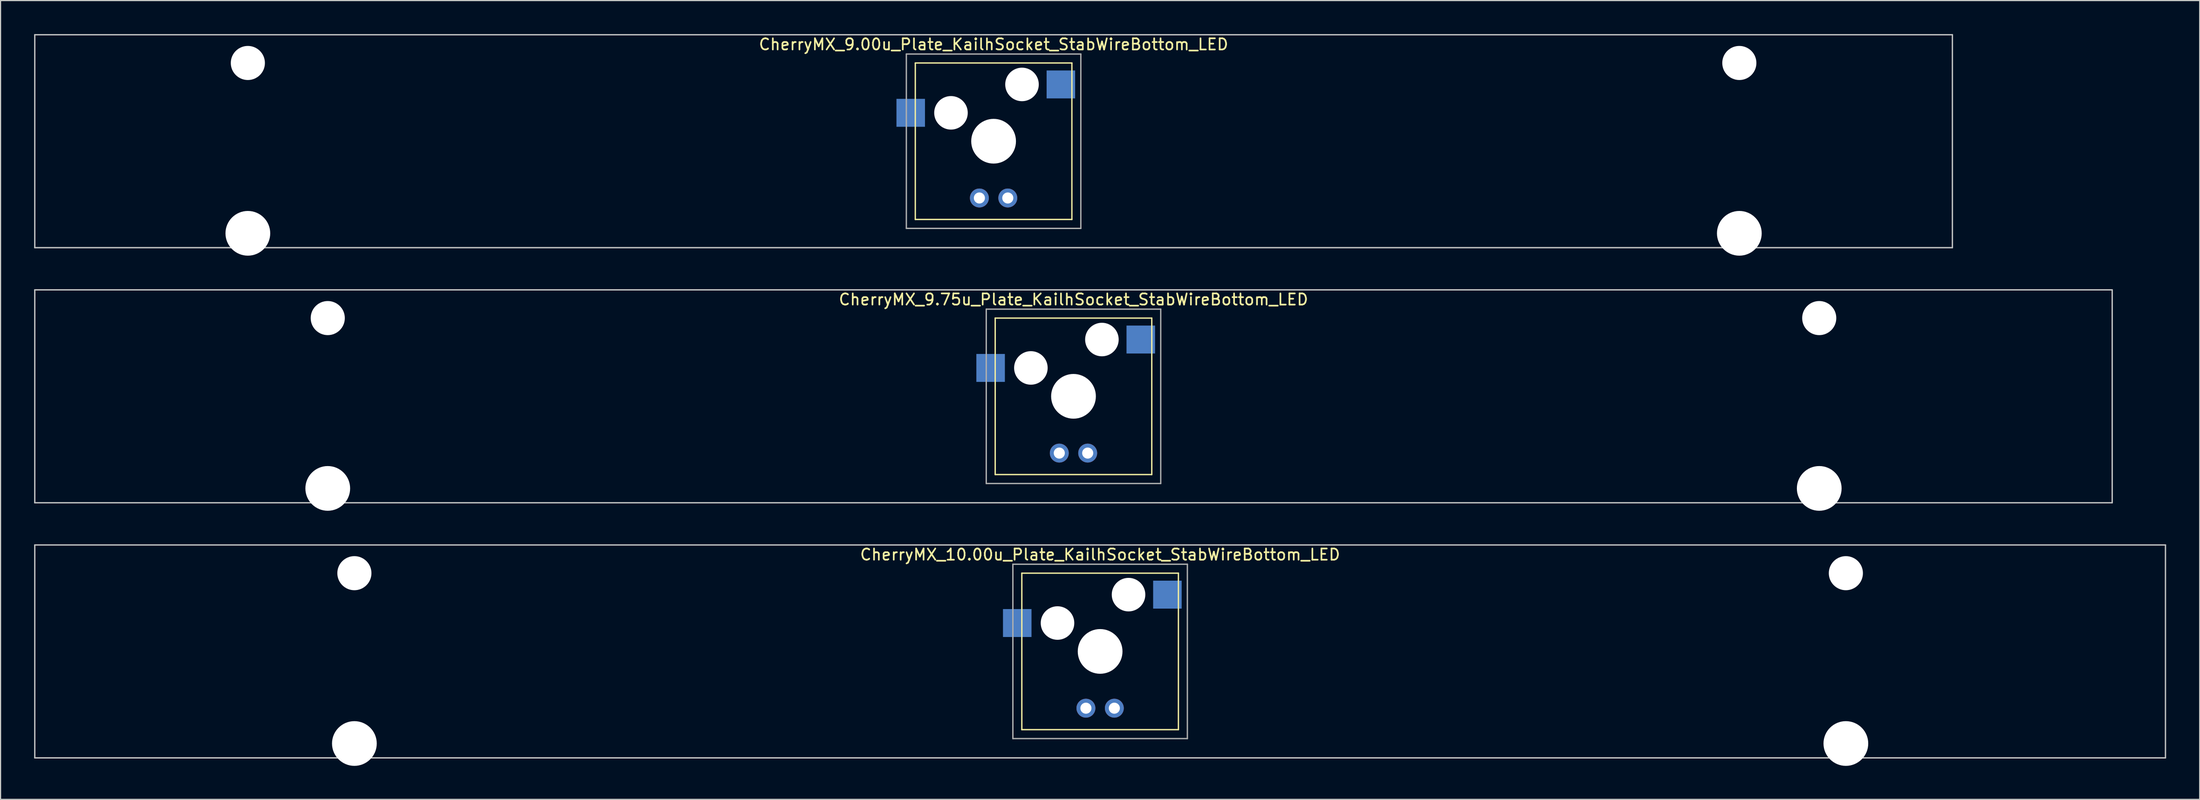
<source format=kicad_pcb>
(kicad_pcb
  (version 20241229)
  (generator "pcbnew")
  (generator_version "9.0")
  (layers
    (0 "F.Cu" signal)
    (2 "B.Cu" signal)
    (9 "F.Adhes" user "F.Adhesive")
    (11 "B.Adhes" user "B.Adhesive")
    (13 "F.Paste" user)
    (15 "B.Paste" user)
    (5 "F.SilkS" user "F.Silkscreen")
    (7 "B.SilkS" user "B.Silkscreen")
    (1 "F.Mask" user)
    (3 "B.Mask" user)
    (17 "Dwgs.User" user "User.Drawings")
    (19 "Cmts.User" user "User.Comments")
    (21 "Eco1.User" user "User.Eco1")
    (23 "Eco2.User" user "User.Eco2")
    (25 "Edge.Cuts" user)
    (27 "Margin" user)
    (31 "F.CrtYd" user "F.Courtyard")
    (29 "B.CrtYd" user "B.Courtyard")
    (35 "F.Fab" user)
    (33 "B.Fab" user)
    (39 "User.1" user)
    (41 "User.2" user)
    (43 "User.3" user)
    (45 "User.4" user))
  (footprint "CherryMX_9.00u_Plate_KailhSocket_StabWireBottom_LED"
    (layer "F.Cu")
    (at 85.785 9.585)
    (property "Reference" "CherryMX_9.00u_Plate_KailhSocket_StabWireBottom_LED" (at 0 -8.662 0) (layer "F.SilkS") (effects (font (size 1 1) (thickness 0.15))))
    (attr through_hole)
    (fp_line (start -7 -7) (end -7 7) (stroke (width 0.12) (type solid)) (layer "F.SilkS"))
    (fp_line (start -7 -7) (end 7 -7) (stroke (width 0.12) (type solid)) (layer "F.SilkS"))
    (fp_line (start 7 -7) (end 7 7) (stroke (width 0.12) (type solid)) (layer "F.SilkS"))
    (fp_line (start 7 7) (end -7 7) (stroke (width 0.12) (type solid)) (layer "F.SilkS"))
    (fp_line (start -85.725 -9.525) (end 85.725 -9.525) (stroke (width 0.12) (type solid)) (layer "Dwgs.User"))
    (fp_line (start -85.725 9.525) (end -85.725 -9.525) (stroke (width 0.12) (type solid)) (layer "Dwgs.User"))
    (fp_line (start 85.725 -9.525) (end 85.725 9.525) (stroke (width 0.12) (type solid)) (layer "Dwgs.User"))
    (fp_line (start 85.725 9.525) (end -85.725 9.525) (stroke (width 0.12) (type solid)) (layer "Dwgs.User"))
    (fp_line (start -7.8 -7.8) (end -7.8 7.8) (stroke (width 0.12) (type solid)) (layer "F.Fab"))
    (fp_line (start -7.8 -7.8) (end 7.8 -7.8) (stroke (width 0.12) (type solid)) (layer "F.Fab"))
    (fp_line (start -7.8 7.8) (end 7.8 7.8) (stroke (width 0.12) (type solid)) (layer "F.Fab"))
    (fp_line (start 7.8 -7.8) (end 7.8 7.8) (stroke (width 0.12) (type solid)) (layer "F.Fab"))
    (pad "" np_thru_hole circle (at -66.675 -7) (size 3.05 3.05) (drill 3.05) (layers "*.Cu" "*.Mask"))
    (pad "" np_thru_hole circle (at -66.675 8.24) (size 4 4) (drill 4) (layers "*.Cu" "*.Mask"))
    (pad "" np_thru_hole circle (at -3.81 -2.54) (size 3 3) (drill 3) (layers "*.Cu" "*.Mask"))
    (pad "" np_thru_hole circle (at 0 0) (size 4 4) (drill 4) (layers "*.Cu" "*.Mask"))
    (pad "" np_thru_hole circle (at 2.54 -5.08) (size 3 3) (drill 3) (layers "*.Cu" "*.Mask"))
    (pad "" np_thru_hole circle (at 66.675 -7) (size 3.05 3.05) (drill 3.05) (layers "*.Cu" "*.Mask"))
    (pad "" np_thru_hole circle (at 66.675 8.24) (size 4 4) (drill 4) (layers "*.Cu" "*.Mask"))
    (pad "1" smd rect (at -7.41 -2.54) (size 2.55 2.5) (layers "B.Cu" "B.Mask" "B.Paste"))
    (pad "2" smd rect (at 6.015 -5.08) (size 2.55 2.5) (layers "B.Cu" "B.Mask" "B.Paste"))
    (pad "3" thru_hole circle (at -1.27 5.08) (size 1.691 1.691) (drill 0.991) (layers "*.Cu" "*.Mask"))
    (pad "4" thru_hole circle (at 1.27 5.08) (size 1.691 1.691) (drill 0.991) (layers "*.Cu" "*.Mask")))
  (footprint "CherryMX_9.75u_Plate_KailhSocket_StabWireBottom_LED"
    (layer "F.Cu")
    (at 92.929 32.41)
    (property "Reference" "CherryMX_9.75u_Plate_KailhSocket_StabWireBottom_LED" (at 0 -8.662 0) (layer "F.SilkS") (effects (font (size 1 1) (thickness 0.15))))
    (attr through_hole)
    (fp_line (start -7 -7) (end -7 7) (stroke (width 0.12) (type solid)) (layer "F.SilkS"))
    (fp_line (start -7 -7) (end 7 -7) (stroke (width 0.12) (type solid)) (layer "F.SilkS"))
    (fp_line (start 7 -7) (end 7 7) (stroke (width 0.12) (type solid)) (layer "F.SilkS"))
    (fp_line (start 7 7) (end -7 7) (stroke (width 0.12) (type solid)) (layer "F.SilkS"))
    (fp_line (start -92.869 -9.525) (end 92.869 -9.525) (stroke (width 0.12) (type solid)) (layer "Dwgs.User"))
    (fp_line (start -92.869 9.525) (end -92.869 -9.525) (stroke (width 0.12) (type solid)) (layer "Dwgs.User"))
    (fp_line (start 92.869 -9.525) (end 92.869 9.525) (stroke (width 0.12) (type solid)) (layer "Dwgs.User"))
    (fp_line (start 92.869 9.525) (end -92.869 9.525) (stroke (width 0.12) (type solid)) (layer "Dwgs.User"))
    (fp_line (start -7.8 -7.8) (end -7.8 7.8) (stroke (width 0.12) (type solid)) (layer "F.Fab"))
    (fp_line (start -7.8 -7.8) (end 7.8 -7.8) (stroke (width 0.12) (type solid)) (layer "F.Fab"))
    (fp_line (start -7.8 7.8) (end 7.8 7.8) (stroke (width 0.12) (type solid)) (layer "F.Fab"))
    (fp_line (start 7.8 -7.8) (end 7.8 7.8) (stroke (width 0.12) (type solid)) (layer "F.Fab"))
    (pad "" np_thru_hole circle (at -66.675 -7) (size 3.05 3.05) (drill 3.05) (layers "*.Cu" "*.Mask"))
    (pad "" np_thru_hole circle (at -66.675 8.24) (size 4 4) (drill 4) (layers "*.Cu" "*.Mask"))
    (pad "" np_thru_hole circle (at -3.81 -2.54) (size 3 3) (drill 3) (layers "*.Cu" "*.Mask"))
    (pad "" np_thru_hole circle (at 0 0) (size 4 4) (drill 4) (layers "*.Cu" "*.Mask"))
    (pad "" np_thru_hole circle (at 2.54 -5.08) (size 3 3) (drill 3) (layers "*.Cu" "*.Mask"))
    (pad "" np_thru_hole circle (at 66.675 -7) (size 3.05 3.05) (drill 3.05) (layers "*.Cu" "*.Mask"))
    (pad "" np_thru_hole circle (at 66.675 8.24) (size 4 4) (drill 4) (layers "*.Cu" "*.Mask"))
    (pad "1" smd rect (at -7.41 -2.54) (size 2.55 2.5) (layers "B.Cu" "B.Mask" "B.Paste"))
    (pad "2" smd rect (at 6.015 -5.08) (size 2.55 2.5) (layers "B.Cu" "B.Mask" "B.Paste"))
    (pad "3" thru_hole circle (at -1.27 5.08) (size 1.691 1.691) (drill 0.991) (layers "*.Cu" "*.Mask"))
    (pad "4" thru_hole circle (at 1.27 5.08) (size 1.691 1.691) (drill 0.991) (layers "*.Cu" "*.Mask")))
  (footprint "CherryMX_10.00u_Plate_KailhSocket_StabWireBottom_LED"
    (layer "F.Cu")
    (at 95.31 55.235)
    (property "Reference" "CherryMX_10.00u_Plate_KailhSocket_StabWireBottom_LED" (at 0 -8.662 0) (layer "F.SilkS") (effects (font (size 1 1) (thickness 0.15))))
    (attr through_hole)
    (fp_line (start -7 -7) (end -7 7) (stroke (width 0.12) (type solid)) (layer "F.SilkS"))
    (fp_line (start -7 -7) (end 7 -7) (stroke (width 0.12) (type solid)) (layer "F.SilkS"))
    (fp_line (start 7 -7) (end 7 7) (stroke (width 0.12) (type solid)) (layer "F.SilkS"))
    (fp_line (start 7 7) (end -7 7) (stroke (width 0.12) (type solid)) (layer "F.SilkS"))
    (fp_line (start -95.25 -9.525) (end 95.25 -9.525) (stroke (width 0.12) (type solid)) (layer "Dwgs.User"))
    (fp_line (start -95.25 9.525) (end -95.25 -9.525) (stroke (width 0.12) (type solid)) (layer "Dwgs.User"))
    (fp_line (start 95.25 -9.525) (end 95.25 9.525) (stroke (width 0.12) (type solid)) (layer "Dwgs.User"))
    (fp_line (start 95.25 9.525) (end -95.25 9.525) (stroke (width 0.12) (type solid)) (layer "Dwgs.User"))
    (fp_line (start -7.8 -7.8) (end -7.8 7.8) (stroke (width 0.12) (type solid)) (layer "F.Fab"))
    (fp_line (start -7.8 -7.8) (end 7.8 -7.8) (stroke (width 0.12) (type solid)) (layer "F.Fab"))
    (fp_line (start -7.8 7.8) (end 7.8 7.8) (stroke (width 0.12) (type solid)) (layer "F.Fab"))
    (fp_line (start 7.8 -7.8) (end 7.8 7.8) (stroke (width 0.12) (type solid)) (layer "F.Fab"))
    (pad "" np_thru_hole circle (at -66.675 -7) (size 3.05 3.05) (drill 3.05) (layers "*.Cu" "*.Mask"))
    (pad "" np_thru_hole circle (at -66.675 8.24) (size 4 4) (drill 4) (layers "*.Cu" "*.Mask"))
    (pad "" np_thru_hole circle (at -3.81 -2.54) (size 3 3) (drill 3) (layers "*.Cu" "*.Mask"))
    (pad "" np_thru_hole circle (at 0 0) (size 4 4) (drill 4) (layers "*.Cu" "*.Mask"))
    (pad "" np_thru_hole circle (at 2.54 -5.08) (size 3 3) (drill 3) (layers "*.Cu" "*.Mask"))
    (pad "" np_thru_hole circle (at 66.675 -7) (size 3.05 3.05) (drill 3.05) (layers "*.Cu" "*.Mask"))
    (pad "" np_thru_hole circle (at 66.675 8.24) (size 4 4) (drill 4) (layers "*.Cu" "*.Mask"))
    (pad "1" smd rect (at -7.41 -2.54) (size 2.55 2.5) (layers "B.Cu" "B.Mask" "B.Paste"))
    (pad "2" smd rect (at 6.015 -5.08) (size 2.55 2.5) (layers "B.Cu" "B.Mask" "B.Paste"))
    (pad "3" thru_hole circle (at -1.27 5.08) (size 1.691 1.691) (drill 0.991) (layers "*.Cu" "*.Mask"))
    (pad "4" thru_hole circle (at 1.27 5.08) (size 1.691 1.691) (drill 0.991) (layers "*.Cu" "*.Mask")))
  (gr_rect
    (start -3 -3)
    (end 193.62 68.475)
    (stroke (width 0.1) (type default))
    (fill no)
    (layer "Edge.Cuts")))
</source>
